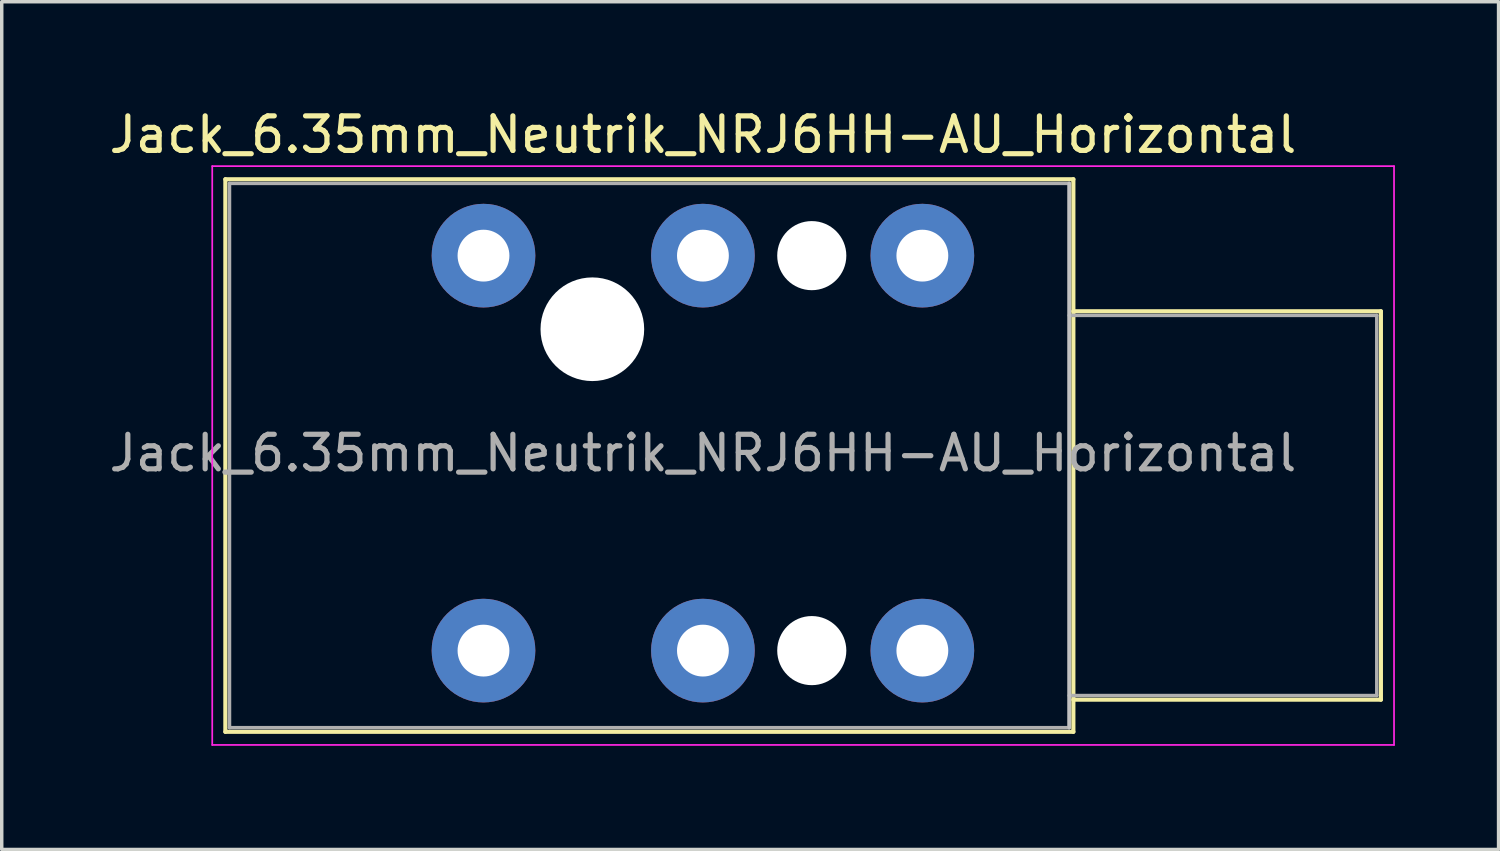
<source format=kicad_pcb>
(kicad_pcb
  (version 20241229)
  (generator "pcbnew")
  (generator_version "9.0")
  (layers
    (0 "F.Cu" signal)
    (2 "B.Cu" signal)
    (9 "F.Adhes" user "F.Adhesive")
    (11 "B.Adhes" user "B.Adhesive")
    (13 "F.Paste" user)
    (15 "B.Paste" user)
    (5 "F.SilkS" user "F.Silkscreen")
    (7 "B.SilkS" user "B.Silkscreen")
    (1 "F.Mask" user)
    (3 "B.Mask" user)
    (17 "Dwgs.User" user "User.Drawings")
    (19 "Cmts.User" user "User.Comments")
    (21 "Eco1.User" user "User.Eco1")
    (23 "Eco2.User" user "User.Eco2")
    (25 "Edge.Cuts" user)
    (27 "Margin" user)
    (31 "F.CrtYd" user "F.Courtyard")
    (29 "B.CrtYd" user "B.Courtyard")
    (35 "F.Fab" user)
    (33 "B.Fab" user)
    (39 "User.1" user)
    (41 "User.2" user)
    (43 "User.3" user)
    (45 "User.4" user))
  (footprint "Jack_6.35mm_Neutrik_NRJ6HH-AU_Horizontal"
    (layer "F.Cu")
    (at 10.942 4.348)
    (property "Reference" "Jack_6.35mm_Neutrik_NRJ6HH-AU_Horizontal" (at 6.35 -3.5 0) (layer "F.SilkS") (effects (font (size 1 1) (thickness 0.15))))
    (attr through_hole)
    (fp_line (start -7.47 -2.21) (end 17.07 -2.21) (stroke (width 0.12) (type solid)) (layer "F.SilkS"))
    (fp_line (start -7.47 13.78) (end -7.47 -2.21) (stroke (width 0.12) (type solid)) (layer "F.SilkS"))
    (fp_line (start -7.47 13.78) (end 17.07 13.78) (stroke (width 0.12) (type solid)) (layer "F.SilkS"))
    (fp_line (start 17.07 -2.21) (end 17.07 13.78) (stroke (width 0.12) (type solid)) (layer "F.SilkS"))
    (fp_line (start 25.97 1.61) (end 17.07 1.61) (stroke (width 0.12) (type solid)) (layer "F.SilkS"))
    (fp_line (start 25.97 12.85) (end 17.07 12.85) (stroke (width 0.12) (type solid)) (layer "F.SilkS"))
    (fp_line (start 25.97 12.85) (end 25.97 1.61) (stroke (width 0.12) (type solid)) (layer "F.SilkS"))
    (fp_line (start 16.95 -2.09) (end 16.95 13.66) (stroke (width 0.1) (type solid)) (layer "Dwgs.User"))
    (fp_line (start -7.85 14.16) (end -7.85 -2.59) (stroke (width 0.05) (type solid)) (layer "F.CrtYd"))
    (fp_line (start -7.85 14.16) (end 26.35 14.16) (stroke (width 0.05) (type solid)) (layer "F.CrtYd"))
    (fp_line (start 26.35 -2.59) (end -7.85 -2.59) (stroke (width 0.05) (type solid)) (layer "F.CrtYd"))
    (fp_line (start 26.35 14.16) (end 26.35 -2.59) (stroke (width 0.05) (type solid)) (layer "F.CrtYd"))
    (fp_line (start -7.35 -2.09) (end 16.95 -2.09) (stroke (width 0.1) (type solid)) (layer "F.Fab"))
    (fp_line (start -7.35 13.66) (end -7.35 -2.09) (stroke (width 0.1) (type solid)) (layer "F.Fab"))
    (fp_line (start 16.95 -2.09) (end 16.95 13.66) (stroke (width 0.1) (type solid)) (layer "F.Fab"))
    (fp_line (start 16.95 12.73) (end 25.85 12.73) (stroke (width 0.1) (type solid)) (layer "F.Fab"))
    (fp_line (start 16.95 13.66) (end -7.35 13.66) (stroke (width 0.1) (type solid)) (layer "F.Fab"))
    (fp_line (start 25.85 1.73) (end 16.95 1.73) (stroke (width 0.1) (type solid)) (layer "F.Fab"))
    (fp_line (start 25.85 12.73) (end 25.85 1.73) (stroke (width 0.1) (type solid)) (layer "F.Fab"))
    (fp_text user "${REFERENCE}" (at 6.35 5.715 0) (layer "F.Fab") (effects (font (size 1 1) (thickness 0.15))))
    (pad "" np_thru_hole circle (at 3.15 2.13) (size 3 3) (drill 3) (layers "*.Cu" "*.Mask"))
    (pad "" np_thru_hole circle (at 9.5 0) (size 2 2) (drill 2) (layers "*.Cu" "*.Mask"))
    (pad "" np_thru_hole circle (at 9.5 11.43) (size 2 2) (drill 2) (layers "*.Cu" "*.Mask"))
    (pad "R" thru_hole circle (at 6.35 0) (size 3 3) (drill 1.5) (layers "*.Cu" "*.Mask"))
    (pad "RN" thru_hole circle (at 6.35 11.43) (size 3 3) (drill 1.5) (layers "*.Cu" "*.Mask"))
    (pad "S" thru_hole circle (at 12.7 0) (size 3 3) (drill 1.5) (layers "*.Cu" "*.Mask"))
    (pad "SN" thru_hole circle (at 12.7 11.43) (size 3 3) (drill 1.5) (layers "*.Cu" "*.Mask"))
    (pad "T" thru_hole circle (at 0 0) (size 3 3) (drill 1.5) (layers "*.Cu" "*.Mask"))
    (pad "TN" thru_hole circle (at 0 11.43) (size 3 3) (drill 1.5) (layers "*.Cu" "*.Mask")))
  (gr_rect
    (start -3 -3)
    (end 40.317 21.533)
    (stroke (width 0.1) (type default))
    (fill no)
    (layer "Edge.Cuts")))
</source>
